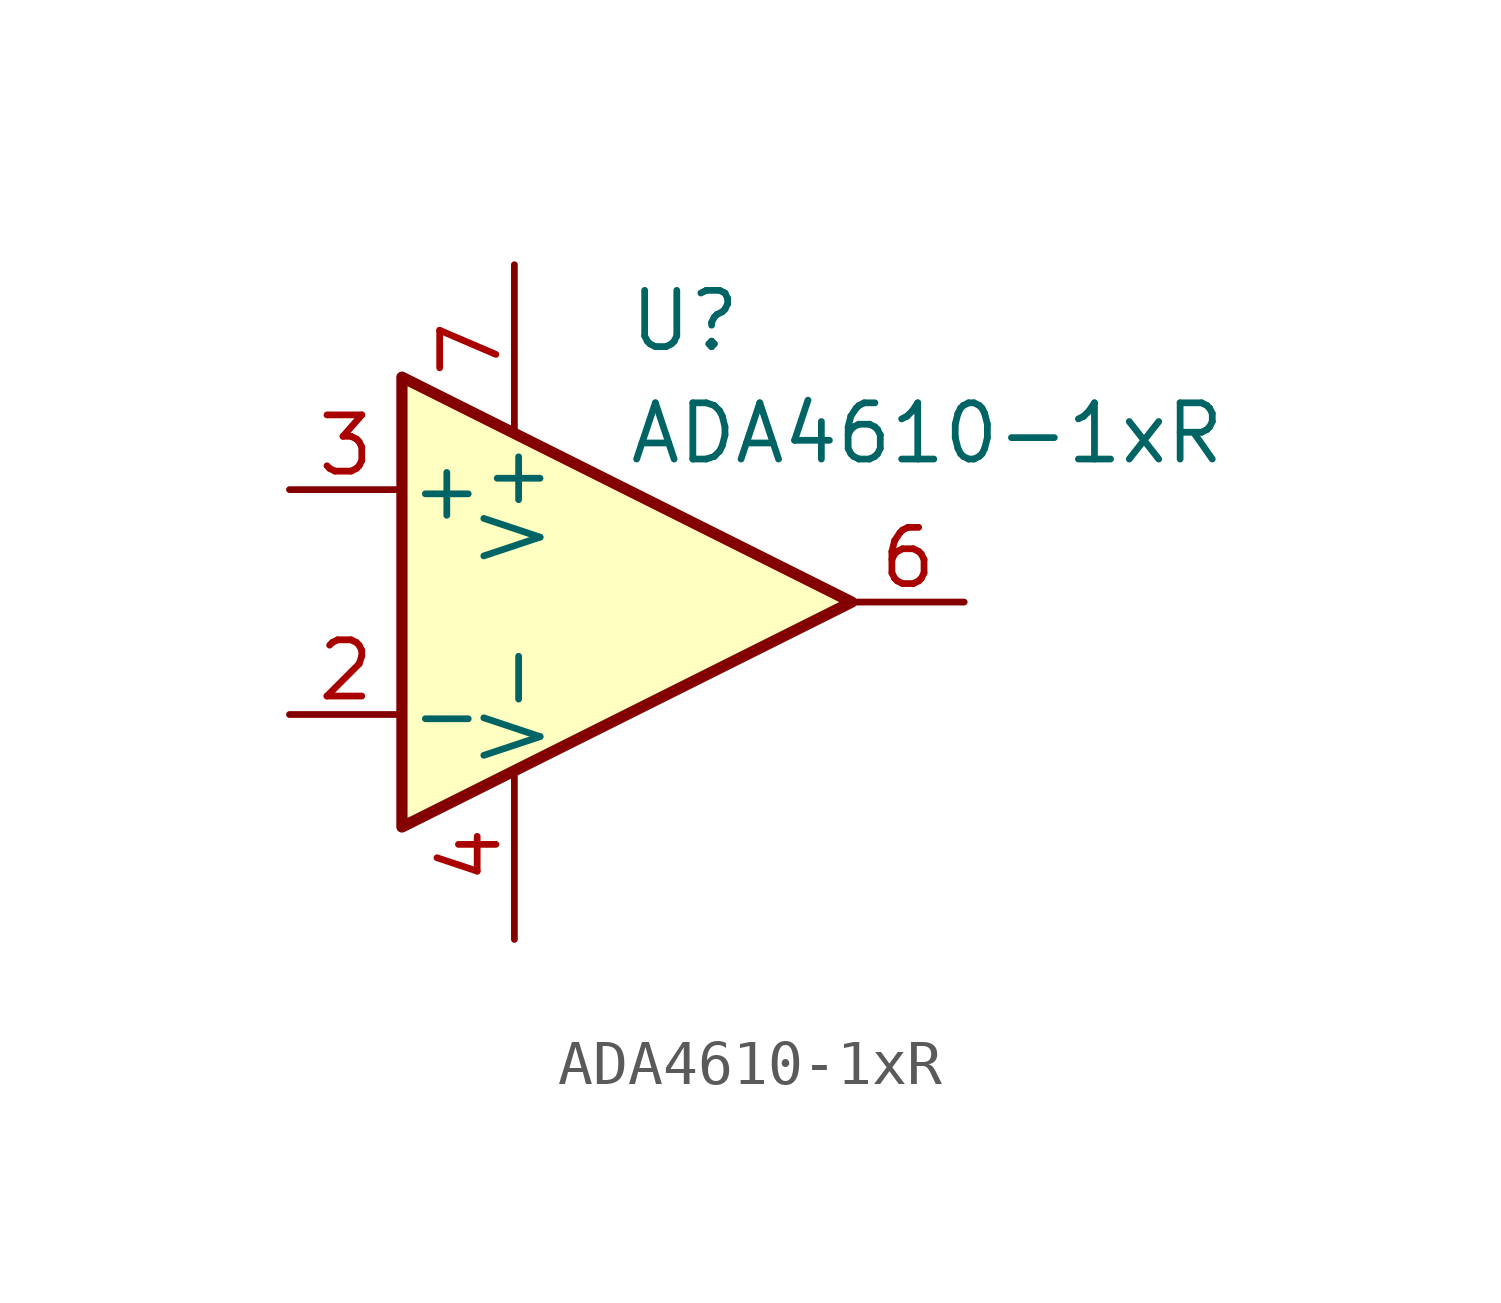
<source format=kicad_sym>
(kicad_symbol_lib
  (version 20211014)
  (generator kicad_symbol_editor)
  (symbol "ADA4610-1xR"
    (pin_names
      (offset 0.127))
    (property "Reference" "U"
      (at 0 6.35 0)
      (effects (font (size 1.27 1.27)) (justify left)))
    (property "Value" "ADA4610-1xR"
      (at 0 3.81 0)
      (effects (font (size 1.27 1.27)) (justify left)))
    (symbol "ADA4610-1xR_0_1"
      (polyline (pts (xy -5.08 5.08) (xy 5.08 0) (xy -5.08 -5.08) (xy -5.08 5.08)) (stroke (width 0.254) (type default) (color 0 0 0 0)) (fill (type background))))
    (symbol "ADA4610-1xR_1_1"
      (pin no_connect line (at -2.54 2.54 270) (length 2.54) hide (name "NC" (effects (font (size 1.27 1.27)))) (number "1" (effects (font (size 1.27 1.27)))))
      (pin input line (at -7.62 -2.54 0) (length 2.54) (name "-" (effects (font (size 1.27 1.27)))) (number "2" (effects (font (size 1.27 1.27)))))
      (pin input line (at -7.62 2.54 0) (length 2.54) (name "+" (effects (font (size 1.27 1.27)))) (number "3" (effects (font (size 1.27 1.27)))))
      (pin power_in line (at -2.54 -7.62 90) (length 3.81) (name "V-" (effects (font (size 1.27 1.27)))) (number "4" (effects (font (size 1.27 1.27)))))
      (pin no_connect line (at 0 2.54 270) (length 2.54) hide (name "NC" (effects (font (size 1.27 1.27)))) (number "5" (effects (font (size 1.27 1.27)))))
      (pin output line (at 7.62 0 180) (length 2.54) (name "~" (effects (font (size 1.27 1.27)))) (number "6" (effects (font (size 1.27 1.27)))))
      (pin power_in line (at -2.54 7.62 270) (length 3.81) (name "V+" (effects (font (size 1.27 1.27)))) (number "7" (effects (font (size 1.27 1.27)))))
      (pin no_connect line (at 0 -2.54 90) (length 2.54) hide (name "NC" (effects (font (size 1.27 1.27)))) (number "8" (effects (font (size 1.27 1.27))))))))
</source>
